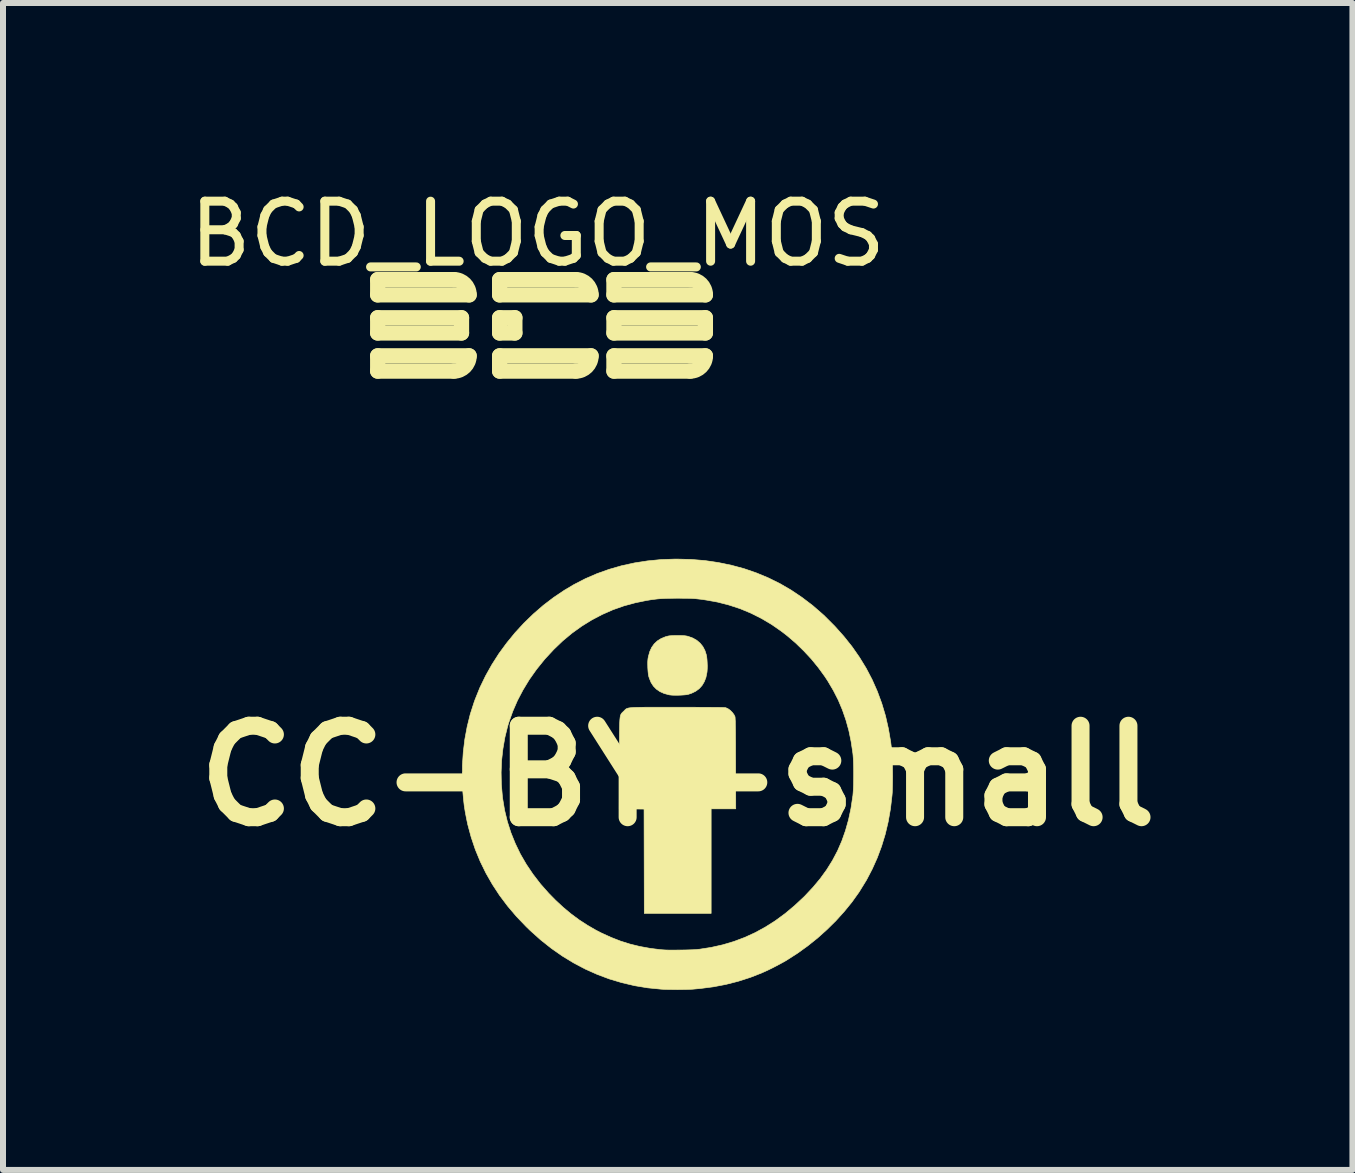
<source format=kicad_pcb>
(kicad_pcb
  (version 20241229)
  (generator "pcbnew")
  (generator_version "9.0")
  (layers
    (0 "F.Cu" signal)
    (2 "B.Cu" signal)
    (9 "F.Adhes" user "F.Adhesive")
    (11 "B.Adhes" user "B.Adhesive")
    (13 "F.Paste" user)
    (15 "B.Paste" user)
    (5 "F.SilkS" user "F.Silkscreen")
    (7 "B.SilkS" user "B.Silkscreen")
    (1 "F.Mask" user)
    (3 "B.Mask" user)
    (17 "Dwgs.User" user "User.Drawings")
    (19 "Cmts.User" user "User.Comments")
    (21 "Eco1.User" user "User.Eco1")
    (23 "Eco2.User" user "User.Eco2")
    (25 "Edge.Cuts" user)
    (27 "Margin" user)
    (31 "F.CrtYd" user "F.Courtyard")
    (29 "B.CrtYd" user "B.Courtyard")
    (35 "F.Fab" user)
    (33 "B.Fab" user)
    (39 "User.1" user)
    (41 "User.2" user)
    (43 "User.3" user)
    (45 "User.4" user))
  (footprint "CC-BY-small"
    (layer "F.Cu")
    (at 8.244 9.879)
    (property "Reference" "CC-BY-small" (at 0 0 0) (layer "F.SilkS") (effects (font (size 1.524 1.524) (thickness 0.3))))
    (attr through_hole)
    (fp_poly (pts (xy 0.045 -2.338) (xy 0.083 -2.337) (xy 0.113 -2.335) (xy 0.137 -2.332) (xy 0.159 -2.328) (xy 0.177 -2.323) (xy 0.252 -2.296) (xy 0.318 -2.258) (xy 0.373 -2.211) (xy 0.419 -2.154) (xy 0.454 -2.087) (xy 0.476 -2.018) (xy 0.483 -1.982) (xy 0.488 -1.936) (xy 0.491 -1.885) (xy 0.493 -1.832) (xy 0.492 -1.781) (xy 0.489 -1.738) (xy 0.487 -1.722) (xy 0.47 -1.639) (xy 0.442 -1.567) (xy 0.405 -1.505) (xy 0.358 -1.453) (xy 0.3 -1.41) (xy 0.232 -1.377) (xy 0.176 -1.358) (xy 0.146 -1.352) (xy 0.105 -1.348) (xy 0.057 -1.345) (xy 0.006 -1.343) (xy -0.045 -1.343) (xy -0.091 -1.344) (xy -0.13 -1.348) (xy -0.148 -1.351) (xy -0.228 -1.373) (xy -0.297 -1.404) (xy -0.356 -1.445) (xy -0.405 -1.495) (xy -0.444 -1.555) (xy -0.473 -1.626) (xy -0.483 -1.658) (xy -0.49 -1.694) (xy -0.495 -1.744) (xy -0.499 -1.806) (xy -0.499 -1.813) (xy -0.5 -1.86) (xy -0.5 -1.897) (xy -0.498 -1.928) (xy -0.495 -1.956) (xy -0.489 -1.987) (xy -0.488 -1.991) (xy -0.466 -2.07) (xy -0.434 -2.14) (xy -0.392 -2.199) (xy -0.34 -2.248) (xy -0.278 -2.287) (xy -0.206 -2.317) (xy -0.184 -2.323) (xy -0.162 -2.329) (xy -0.14 -2.333) (xy -0.115 -2.335) (xy -0.084 -2.337) (xy -0.045 -2.338) (xy -0.004 -2.338) (xy 0.045 -2.338)) (stroke (width 0.01) (type solid)) (fill yes) (layer "F.SilkS"))
    (fp_poly (pts (xy -0.171 -1.143) (xy -0.05 -1.143) (xy -0.008 -1.143) (xy 0.131 -1.143) (xy 0.257 -1.143) (xy 0.37 -1.142) (xy 0.47 -1.142) (xy 0.557 -1.141) (xy 0.632 -1.141) (xy 0.692 -1.14) (xy 0.74 -1.139) (xy 0.774 -1.138) (xy 0.793 -1.136) (xy 0.799 -1.136) (xy 0.837 -1.119) (xy 0.875 -1.092) (xy 0.91 -1.057) (xy 0.938 -1.019) (xy 0.953 -0.989) (xy 0.955 -0.983) (xy 0.956 -0.972) (xy 0.957 -0.956) (xy 0.958 -0.935) (xy 0.96 -0.907) (xy 0.96 -0.871) (xy 0.961 -0.828) (xy 0.962 -0.776) (xy 0.963 -0.714) (xy 0.963 -0.643) (xy 0.964 -0.56) (xy 0.964 -0.465) (xy 0.964 -0.358) (xy 0.965 -0.238) (xy 0.965 -0.206) (xy 0.967 0.55) (xy 0.557 0.55) (xy 0.557 2.293) (xy -0.557 2.293) (xy -0.559 1.423) (xy -0.561 0.554) (xy -0.767 0.552) (xy -0.974 0.55) (xy -0.972 -0.206) (xy -0.972 -0.33) (xy -0.972 -0.44) (xy -0.971 -0.537) (xy -0.971 -0.623) (xy -0.971 -0.698) (xy -0.97 -0.763) (xy -0.969 -0.818) (xy -0.968 -0.866) (xy -0.966 -0.905) (xy -0.964 -0.938) (xy -0.961 -0.965) (xy -0.958 -0.987) (xy -0.954 -1.005) (xy -0.949 -1.019) (xy -0.943 -1.03) (xy -0.937 -1.04) (xy -0.93 -1.048) (xy -0.921 -1.057) (xy -0.912 -1.066) (xy -0.901 -1.076) (xy -0.9 -1.077) (xy -0.89 -1.087) (xy -0.882 -1.096) (xy -0.874 -1.104) (xy -0.866 -1.111) (xy -0.857 -1.117) (xy -0.846 -1.122) (xy -0.832 -1.127) (xy -0.815 -1.131) (xy -0.794 -1.134) (xy -0.768 -1.136) (xy -0.735 -1.139) (xy -0.697 -1.14) (xy -0.65 -1.141) (xy -0.596 -1.142) (xy -0.532 -1.143) (xy -0.458 -1.143) (xy -0.374 -1.143) (xy -0.279 -1.143) (xy -0.171 -1.143)) (stroke (width 0.01) (type solid)) (fill yes) (layer "F.SilkS"))
    (fp_poly (pts (xy 0.227 -3.606) (xy 0.456 -3.587) (xy 0.679 -3.554) (xy 0.896 -3.509) (xy 1.107 -3.452) (xy 1.313 -3.381) (xy 1.512 -3.298) (xy 1.706 -3.202) (xy 1.893 -3.093) (xy 2.074 -2.971) (xy 2.249 -2.838) (xy 2.418 -2.691) (xy 2.452 -2.659) (xy 2.616 -2.495) (xy 2.767 -2.326) (xy 2.905 -2.153) (xy 3.029 -1.975) (xy 3.141 -1.792) (xy 3.24 -1.603) (xy 3.326 -1.409) (xy 3.4 -1.208) (xy 3.462 -1.001) (xy 3.511 -0.786) (xy 3.549 -0.565) (xy 3.568 -0.407) (xy 3.572 -0.358) (xy 3.575 -0.299) (xy 3.578 -0.23) (xy 3.579 -0.155) (xy 3.58 -0.077) (xy 3.581 0.003) (xy 3.58 0.081) (xy 3.579 0.155) (xy 3.577 0.223) (xy 3.575 0.282) (xy 3.571 0.328) (xy 3.545 0.552) (xy 3.507 0.767) (xy 3.458 0.974) (xy 3.397 1.174) (xy 3.325 1.367) (xy 3.241 1.554) (xy 3.146 1.736) (xy 3.037 1.913) (xy 3.018 1.943) (xy 2.903 2.104) (xy 2.775 2.261) (xy 2.636 2.415) (xy 2.487 2.562) (xy 2.33 2.703) (xy 2.165 2.835) (xy 1.994 2.958) (xy 1.819 3.07) (xy 1.807 3.078) (xy 1.759 3.105) (xy 1.702 3.136) (xy 1.64 3.169) (xy 1.576 3.202) (xy 1.513 3.233) (xy 1.455 3.26) (xy 1.405 3.282) (xy 1.404 3.283) (xy 1.207 3.36) (xy 1.007 3.424) (xy 0.803 3.476) (xy 0.593 3.516) (xy 0.377 3.544) (xy 0.246 3.556) (xy 0.196 3.558) (xy 0.136 3.56) (xy 0.068 3.561) (xy -0.004 3.562) (xy -0.077 3.561) (xy -0.147 3.56) (xy -0.21 3.559) (xy -0.265 3.556) (xy -0.279 3.555) (xy -0.501 3.533) (xy -0.718 3.497) (xy -0.931 3.447) (xy -1.139 3.385) (xy -1.342 3.309) (xy -1.541 3.22) (xy -1.734 3.118) (xy -1.923 3.003) (xy -2.106 2.875) (xy -2.284 2.734) (xy -2.456 2.58) (xy -2.526 2.512) (xy -2.687 2.344) (xy -2.834 2.171) (xy -2.968 1.993) (xy -3.088 1.81) (xy -3.196 1.621) (xy -3.291 1.427) (xy -3.373 1.228) (xy -3.442 1.023) (xy -3.499 0.812) (xy -3.52 0.712) (xy -3.541 0.602) (xy -3.558 0.495) (xy -3.57 0.388) (xy -3.58 0.277) (xy -3.586 0.159) (xy -3.589 0.056) (xy -3.588 -0.058) (xy -2.943 -0.058) (xy -2.939 0.141) (xy -2.922 0.34) (xy -2.917 0.381) (xy -2.885 0.574) (xy -2.839 0.763) (xy -2.78 0.947) (xy -2.707 1.128) (xy -2.622 1.304) (xy -2.523 1.475) (xy -2.411 1.641) (xy -2.287 1.802) (xy -2.149 1.958) (xy -2.038 2.071) (xy -1.908 2.192) (xy -1.777 2.301) (xy -1.645 2.399) (xy -1.508 2.488) (xy -1.365 2.571) (xy -1.274 2.618) (xy -1.114 2.691) (xy -0.956 2.753) (xy -0.798 2.803) (xy -0.635 2.843) (xy -0.465 2.874) (xy -0.381 2.885) (xy -0.338 2.89) (xy -0.302 2.895) (xy -0.27 2.898) (xy -0.24 2.9) (xy -0.21 2.902) (xy -0.178 2.903) (xy -0.141 2.904) (xy -0.097 2.904) (xy -0.045 2.904) (xy 0.019 2.903) (xy 0.039 2.903) (xy 0.124 2.902) (xy 0.196 2.9) (xy 0.257 2.898) (xy 0.309 2.895) (xy 0.353 2.89) (xy 0.36 2.89) (xy 0.558 2.859) (xy 0.75 2.816) (xy 0.935 2.761) (xy 1.116 2.693) (xy 1.291 2.613) (xy 1.461 2.52) (xy 1.628 2.414) (xy 1.79 2.295) (xy 1.949 2.162) (xy 2.105 2.016) (xy 2.12 2.001) (xy 2.254 1.858) (xy 2.375 1.713) (xy 2.483 1.564) (xy 2.579 1.41) (xy 2.663 1.251) (xy 2.735 1.085) (xy 2.796 0.912) (xy 2.847 0.731) (xy 2.887 0.542) (xy 2.917 0.343) (xy 2.919 0.332) (xy 2.923 0.284) (xy 2.927 0.225) (xy 2.93 0.157) (xy 2.931 0.083) (xy 2.932 0.005) (xy 2.932 -0.073) (xy 2.931 -0.15) (xy 2.929 -0.222) (xy 2.926 -0.288) (xy 2.922 -0.343) (xy 2.919 -0.374) (xy 2.89 -0.568) (xy 2.852 -0.753) (xy 2.803 -0.93) (xy 2.744 -1.1) (xy 2.675 -1.264) (xy 2.593 -1.424) (xy 2.5 -1.582) (xy 2.447 -1.662) (xy 2.342 -1.806) (xy 2.226 -1.948) (xy 2.099 -2.084) (xy 1.965 -2.214) (xy 1.825 -2.334) (xy 1.732 -2.406) (xy 1.567 -2.521) (xy 1.397 -2.622) (xy 1.222 -2.71) (xy 1.042 -2.785) (xy 0.856 -2.846) (xy 0.666 -2.895) (xy 0.49 -2.927) (xy 0.432 -2.936) (xy 0.381 -2.943) (xy 0.335 -2.948) (xy 0.291 -2.953) (xy 0.246 -2.956) (xy 0.199 -2.958) (xy 0.146 -2.959) (xy 0.084 -2.959) (xy 0.011 -2.96) (xy 0 -2.96) (xy -0.083 -2.959) (xy -0.155 -2.958) (xy -0.218 -2.956) (xy -0.276 -2.953) (xy -0.329 -2.949) (xy -0.382 -2.943) (xy -0.437 -2.936) (xy -0.497 -2.926) (xy -0.512 -2.924) (xy -0.707 -2.884) (xy -0.898 -2.832) (xy -1.082 -2.767) (xy -1.261 -2.688) (xy -1.434 -2.597) (xy -1.602 -2.493) (xy -1.763 -2.377) (xy -1.918 -2.248) (xy -2.066 -2.106) (xy -2.209 -1.952) (xy -2.222 -1.937) (xy -2.354 -1.773) (xy -2.473 -1.605) (xy -2.578 -1.432) (xy -2.671 -1.255) (xy -2.749 -1.075) (xy -2.815 -0.89) (xy -2.834 -0.827) (xy -2.88 -0.642) (xy -2.913 -0.451) (xy -2.935 -0.256) (xy -2.943 -0.058) (xy -3.588 -0.058) (xy -3.588 -0.171) (xy -3.574 -0.392) (xy -3.548 -0.608) (xy -3.509 -0.818) (xy -3.458 -1.025) (xy -3.393 -1.227) (xy -3.376 -1.274) (xy -3.296 -1.472) (xy -3.202 -1.666) (xy -3.096 -1.855) (xy -2.979 -2.038) (xy -2.85 -2.214) (xy -2.711 -2.384) (xy -2.563 -2.545) (xy -2.405 -2.698) (xy -2.24 -2.841) (xy -2.067 -2.973) (xy -1.887 -3.094) (xy -1.732 -3.186) (xy -1.542 -3.284) (xy -1.346 -3.369) (xy -1.144 -3.441) (xy -0.936 -3.501) (xy -0.722 -3.548) (xy -0.503 -3.582) (xy -0.278 -3.604) (xy -0.047 -3.612) (xy -0.007 -3.612) (xy 0.227 -3.606)) (stroke (width 0.01) (type solid)) (fill yes) (layer "F.SilkS")))
  (footprint "BCD_LOGO_MOS"
    (layer "F.Cu")
    (at 3.117 1.483)
    (property "Reference" "BCD_LOGO_MOS" (at 2.794 -0.635 0) (layer "F.SilkS") (effects (font (size 1 1) (thickness 0.15))))
    (attr through_hole)
    (fp_line (start 0.127 0.127) (end 1.397 0.127) (stroke (width 0.254) (type solid)) (layer "F.SilkS"))
    (fp_line (start 0.127 0.381) (end 0.127 0.127) (stroke (width 0.254) (type solid)) (layer "F.SilkS"))
    (fp_line (start 0.127 0.762) (end 1.524 0.762) (stroke (width 0.254) (type solid)) (layer "F.SilkS"))
    (fp_line (start 0.127 1.016) (end 0.127 0.762) (stroke (width 0.254) (type solid)) (layer "F.SilkS"))
    (fp_line (start 0.127 1.397) (end 0.127 1.651) (stroke (width 0.254) (type solid)) (layer "F.SilkS"))
    (fp_line (start 0.127 1.651) (end 1.397 1.651) (stroke (width 0.254) (type solid)) (layer "F.SilkS"))
    (fp_line (start 1.524 0.762) (end 1.524 1.016) (stroke (width 0.254) (type solid)) (layer "F.SilkS"))
    (fp_line (start 1.524 1.016) (end 0.127 1.016) (stroke (width 0.254) (type solid)) (layer "F.SilkS"))
    (fp_line (start 1.651 0.381) (end 0.127 0.381) (stroke (width 0.254) (type solid)) (layer "F.SilkS"))
    (fp_line (start 1.651 1.397) (end 0.127 1.397) (stroke (width 0.254) (type solid)) (layer "F.SilkS"))
    (fp_line (start 2.159 0.127) (end 3.429 0.127) (stroke (width 0.254) (type solid)) (layer "F.SilkS"))
    (fp_line (start 2.159 0.381) (end 2.159 0.127) (stroke (width 0.254) (type solid)) (layer "F.SilkS"))
    (fp_line (start 2.159 0.762) (end 2.413 0.762) (stroke (width 0.254) (type solid)) (layer "F.SilkS"))
    (fp_line (start 2.159 1.016) (end 2.159 0.762) (stroke (width 0.254) (type solid)) (layer "F.SilkS"))
    (fp_line (start 2.159 1.397) (end 2.159 1.651) (stroke (width 0.254) (type solid)) (layer "F.SilkS"))
    (fp_line (start 2.159 1.651) (end 3.429 1.651) (stroke (width 0.254) (type solid)) (layer "F.SilkS"))
    (fp_line (start 2.413 0.762) (end 2.413 1.016) (stroke (width 0.254) (type solid)) (layer "F.SilkS"))
    (fp_line (start 2.413 1.016) (end 2.159 1.016) (stroke (width 0.254) (type solid)) (layer "F.SilkS"))
    (fp_line (start 3.683 0.381) (end 2.159 0.381) (stroke (width 0.254) (type solid)) (layer "F.SilkS"))
    (fp_line (start 3.683 1.397) (end 2.159 1.397) (stroke (width 0.254) (type solid)) (layer "F.SilkS"))
    (fp_line (start 4.064 0.127) (end 5.334 0.127) (stroke (width 0.254) (type solid)) (layer "F.SilkS"))
    (fp_line (start 4.064 0.381) (end 4.064 0.127) (stroke (width 0.254) (type solid)) (layer "F.SilkS"))
    (fp_line (start 4.064 0.762) (end 5.588 0.762) (stroke (width 0.254) (type solid)) (layer "F.SilkS"))
    (fp_line (start 4.064 1.016) (end 4.064 0.762) (stroke (width 0.254) (type solid)) (layer "F.SilkS"))
    (fp_line (start 4.064 1.397) (end 4.064 1.651) (stroke (width 0.254) (type solid)) (layer "F.SilkS"))
    (fp_line (start 4.064 1.651) (end 5.334 1.651) (stroke (width 0.254) (type solid)) (layer "F.SilkS"))
    (fp_line (start 5.588 0.381) (end 4.064 0.381) (stroke (width 0.254) (type solid)) (layer "F.SilkS"))
    (fp_line (start 5.588 0.762) (end 5.588 1.016) (stroke (width 0.254) (type solid)) (layer "F.SilkS"))
    (fp_line (start 5.588 1.016) (end 4.064 1.016) (stroke (width 0.254) (type solid)) (layer "F.SilkS"))
    (fp_line (start 5.588 1.397) (end 4.064 1.397) (stroke (width 0.254) (type solid)) (layer "F.SilkS"))
    (fp_arc (start 1.397 0.127) (mid 1.576605 0.201395) (end 1.651 0.381) (stroke (width 0.254) (type solid)) (layer "F.SilkS"))
    (fp_arc (start 1.651 1.397) (mid 1.576605 1.576605) (end 1.397 1.651) (stroke (width 0.254) (type solid)) (layer "F.SilkS"))
    (fp_arc (start 3.429 0.127) (mid 3.608605 0.201395) (end 3.683 0.381) (stroke (width 0.254) (type solid)) (layer "F.SilkS"))
    (fp_arc (start 3.683 1.397) (mid 3.608605 1.576605) (end 3.429 1.651) (stroke (width 0.254) (type solid)) (layer "F.SilkS"))
    (fp_arc (start 5.334 0.127) (mid 5.513605 0.201395) (end 5.588 0.381) (stroke (width 0.254) (type solid)) (layer "F.SilkS"))
    (fp_arc (start 5.588 1.397) (mid 5.513605 1.576605) (end 5.334 1.651) (stroke (width 0.254) (type solid)) (layer "F.SilkS")))
  (gr_rect
    (start -3 -3)
    (end 19.488 16.446)
    (stroke (width 0.1) (type default))
    (fill no)
    (layer "Edge.Cuts")))
</source>
